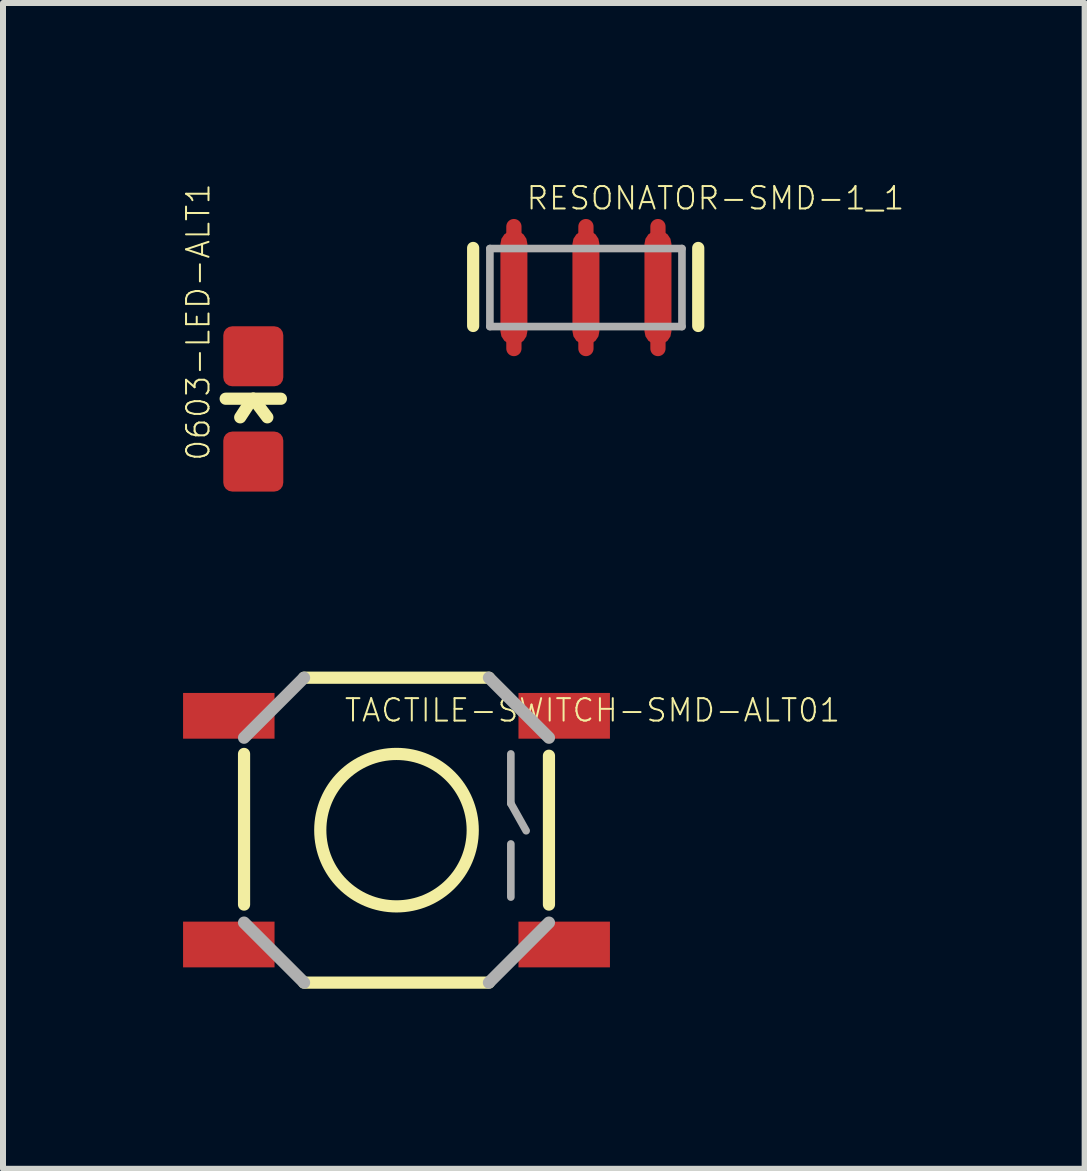
<source format=kicad_pcb>
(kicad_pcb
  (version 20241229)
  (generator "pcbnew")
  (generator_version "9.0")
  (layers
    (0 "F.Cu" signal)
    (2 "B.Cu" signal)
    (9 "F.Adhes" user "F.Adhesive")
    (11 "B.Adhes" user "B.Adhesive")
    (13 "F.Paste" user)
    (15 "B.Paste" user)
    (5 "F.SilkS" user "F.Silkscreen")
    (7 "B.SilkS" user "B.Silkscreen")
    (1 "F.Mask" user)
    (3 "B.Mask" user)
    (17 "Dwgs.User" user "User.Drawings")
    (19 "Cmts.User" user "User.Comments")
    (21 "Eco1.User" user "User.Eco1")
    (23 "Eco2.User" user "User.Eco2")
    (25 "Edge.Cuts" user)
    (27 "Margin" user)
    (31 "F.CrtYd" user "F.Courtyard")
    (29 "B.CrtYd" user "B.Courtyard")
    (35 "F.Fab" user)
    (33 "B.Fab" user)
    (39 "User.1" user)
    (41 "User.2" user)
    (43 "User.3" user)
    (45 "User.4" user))
  (footprint "0603-LED-ALT1"
    (layer "F.Cu")
    (at 1.17 3.763)
    (property "Reference" "0603-LED-ALT1" (at -0.699 0.889 90) (layer "F.SilkS") (effects (font (size 0.374 0.374) (thickness 0.033)) (justify left bottom)))
    (fp_line (start -0.46 -0.17) (end 0 -0.17) (stroke (width 0.203) (type solid)) (layer "F.SilkS"))
    (fp_line (start -0.025 -0.155) (end -0.218 0.14) (stroke (width 0.203) (type solid)) (layer "F.SilkS"))
    (fp_line (start 0 -0.17) (end 0.234 0.14) (stroke (width 0.203) (type solid)) (layer "F.SilkS"))
    (fp_line (start 0.46 -0.17) (end 0 -0.17) (stroke (width 0.203) (type solid)) (layer "F.SilkS"))
    (pad "A" smd roundrect (at 0 0.877) (size 1 1) (layers "F.Cu" "F.Mask" "F.Paste") (roundrect_rratio 0.15))
    (pad "C" smd roundrect (at 0 -0.877) (size 1 1) (layers "F.Cu" "F.Mask" "F.Paste") (roundrect_rratio 0.15)))
  (footprint "RESONATOR-SMD-1_1"
    (layer "F.Cu")
    (at 6.712 1.741)
    (property "Reference" "RESONATOR-SMD-1_1" (at -1.016 -1.27 0) (layer "F.SilkS") (effects (font (size 0.374 0.374) (thickness 0.033)) (justify left bottom)))
    (fp_line (start -1.2 0) (end -1.2 -1.016) (stroke (width 0.254) (type solid)) (layer "F.Cu"))
    (fp_line (start -1.2 1.016) (end -1.2 0) (stroke (width 0.254) (type solid)) (layer "F.Cu"))
    (fp_line (start 0 0) (end 0 -1.016) (stroke (width 0.254) (type solid)) (layer "F.Cu"))
    (fp_line (start 0 0) (end 0 1.016) (stroke (width 0.254) (type solid)) (layer "F.Cu"))
    (fp_line (start 1.2 0) (end 1.2 -1.016) (stroke (width 0.254) (type solid)) (layer "F.Cu"))
    (fp_line (start 1.2 0) (end 1.2 1.016) (stroke (width 0.254) (type solid)) (layer "F.Cu"))
    (fp_poly (pts (xy -1.75 0.77) (xy 1.745 0.77) (xy 1.745 -0.765) (xy -1.75 -0.765)) (stroke (width 0) (type solid)) (fill yes) (layer "F.Mask"))
    (fp_line (start -1.879 0.64) (end -1.879 -0.66) (stroke (width 0.203) (type solid)) (layer "F.SilkS"))
    (fp_line (start 1.871 -0.66) (end 1.871 0.64) (stroke (width 0.203) (type solid)) (layer "F.SilkS"))
    (fp_line (start -1.6 -0.65) (end 1.6 -0.65) (stroke (width 0.127) (type solid)) (layer "F.Fab"))
    (fp_line (start -1.6 0.65) (end -1.6 -0.65) (stroke (width 0.127) (type solid)) (layer "F.Fab"))
    (fp_line (start 1.6 -0.65) (end 1.6 0.65) (stroke (width 0.127) (type solid)) (layer "F.Fab"))
    (fp_line (start 1.6 0.65) (end -1.6 0.65) (stroke (width 0.127) (type solid)) (layer "F.Fab"))
    (pad "1" smd roundrect (at -1.2 0) (size 0.45 1.905) (layers "F.Cu" "F.Mask" "F.Paste") (roundrect_rratio 0.5))
    (pad "2" smd roundrect (at 0 0) (size 0.45 1.905) (layers "F.Cu" "F.Mask" "F.Paste") (roundrect_rratio 0.5))
    (pad "3" smd roundrect (at 1.2 0) (size 0.45 1.905) (layers "F.Cu" "F.Mask" "F.Paste") (roundrect_rratio 0.5)))
  (footprint "TACTILE-SWITCH-SMD-ALT01"
    (layer "F.Cu")
    (at 3.556 10.781)
    (property "Reference" "TACTILE-SWITCH-SMD-ALT01" (at -0.889 -1.778 0) (layer "F.SilkS") (effects (font (size 0.374 0.374) (thickness 0.033)) (justify left bottom)))
    (fp_line (start -2.54 1.24) (end -2.54 -1.27) (stroke (width 0.203) (type solid)) (layer "F.SilkS"))
    (fp_line (start -1.54 -2.54) (end 1.54 -2.54) (stroke (width 0.203) (type solid)) (layer "F.SilkS"))
    (fp_line (start 1.54 2.54) (end -1.54 2.54) (stroke (width 0.203) (type solid)) (layer "F.SilkS"))
    (fp_line (start 2.54 -1.24) (end 2.54 1.24) (stroke (width 0.203) (type solid)) (layer "F.SilkS"))
    (fp_circle (center 0 0) (end 1.27 0) (stroke (width 0.203) (type solid)) (fill no) (layer "F.SilkS"))
    (fp_line (start -2.54 -1.54) (end -1.54 -2.54) (stroke (width 0.203) (type solid)) (layer "F.Fab"))
    (fp_line (start -1.54 2.54) (end -2.54 1.54) (stroke (width 0.203) (type solid)) (layer "F.Fab"))
    (fp_line (start 1.54 -2.54) (end 2.54 -1.54) (stroke (width 0.203) (type solid)) (layer "F.Fab"))
    (fp_line (start 1.905 -1.27) (end 1.905 -0.445) (stroke (width 0.127) (type solid)) (layer "F.Fab"))
    (fp_line (start 1.905 -0.445) (end 2.16 0.01) (stroke (width 0.127) (type solid)) (layer "F.Fab"))
    (fp_line (start 1.905 0.23) (end 1.905 1.115) (stroke (width 0.127) (type solid)) (layer "F.Fab"))
    (fp_line (start 2.54 1.54) (end 1.54 2.54) (stroke (width 0.203) (type solid)) (layer "F.Fab"))
    (pad "1" smd rect (at -2.794 -1.905 90) (size 0.762 1.524) (layers "F.Cu" "F.Mask" "F.Paste"))
    (pad "2" smd rect (at 2.794 -1.905 90) (size 0.762 1.524) (layers "F.Cu" "F.Mask" "F.Paste"))
    (pad "3" smd rect (at -2.794 1.905 90) (size 0.762 1.524) (layers "F.Cu" "F.Mask" "F.Paste"))
    (pad "4" smd rect (at 2.794 1.905 90) (size 0.762 1.524) (layers "F.Cu" "F.Mask" "F.Paste")))
  (gr_rect
    (start -3 -3)
    (end 15.021 16.423)
    (stroke (width 0.1) (type default))
    (fill no)
    (layer "Edge.Cuts")))
</source>
